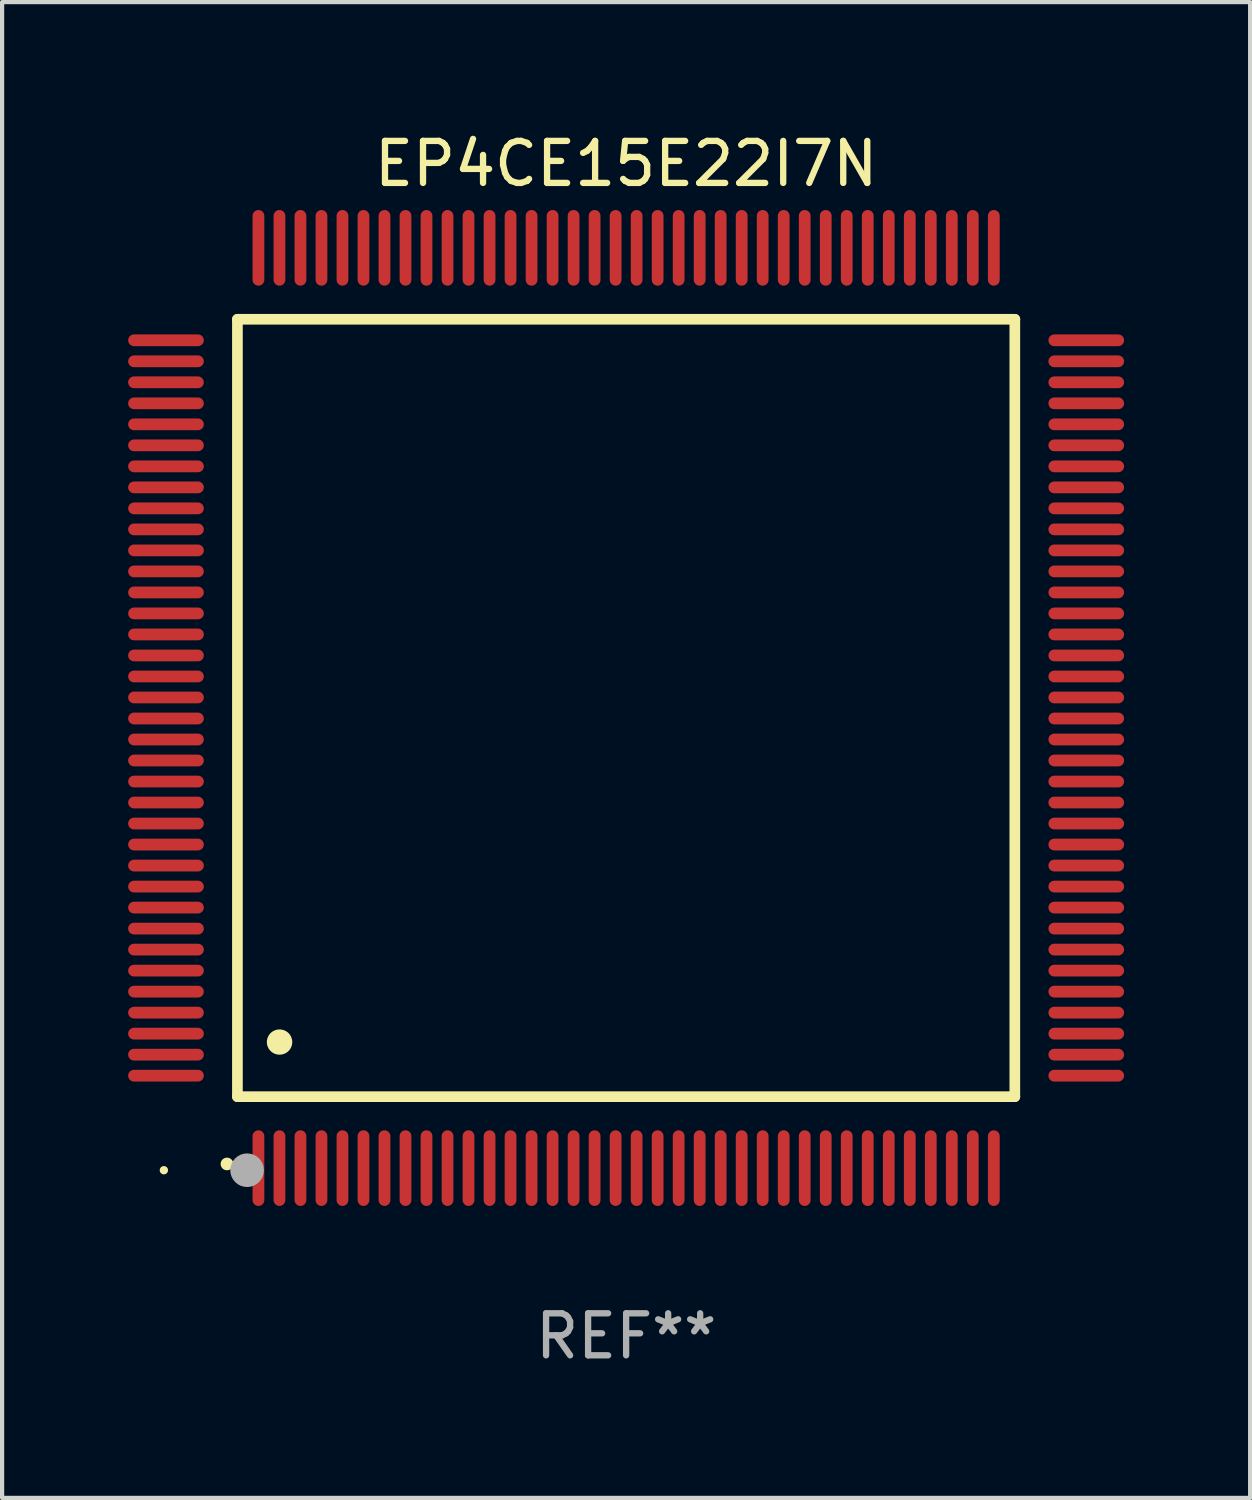
<source format=kicad_pcb>
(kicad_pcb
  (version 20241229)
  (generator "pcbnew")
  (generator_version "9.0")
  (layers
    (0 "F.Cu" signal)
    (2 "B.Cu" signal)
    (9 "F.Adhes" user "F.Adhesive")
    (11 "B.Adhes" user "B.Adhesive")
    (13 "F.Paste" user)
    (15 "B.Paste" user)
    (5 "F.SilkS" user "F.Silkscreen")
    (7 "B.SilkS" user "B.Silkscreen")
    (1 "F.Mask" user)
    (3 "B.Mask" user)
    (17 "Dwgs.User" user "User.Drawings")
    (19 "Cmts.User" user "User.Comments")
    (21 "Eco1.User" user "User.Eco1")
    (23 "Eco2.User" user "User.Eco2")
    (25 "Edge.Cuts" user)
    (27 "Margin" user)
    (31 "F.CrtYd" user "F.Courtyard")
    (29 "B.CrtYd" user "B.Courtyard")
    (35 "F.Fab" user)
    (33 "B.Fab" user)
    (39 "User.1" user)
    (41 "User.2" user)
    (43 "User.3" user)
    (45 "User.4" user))
  (footprint "EP4CE15E22I7N"
    (layer "F.Cu")
    (at 11.85 13.798)
    (property "Reference" "EP4CE15E22I7N" (at 0 -12.95 0) (layer "F.SilkS") (effects (font (size 1 1) (thickness 0.15))))
    (attr through_hole)
    (fp_line (start -9.25 -9.25) (end -9.25 9.25) (stroke (width 0.254) (type solid)) (layer "F.SilkS"))
    (fp_line (start -9.25 9.25) (end 9.25 9.25) (stroke (width 0.254) (type solid)) (layer "F.SilkS"))
    (fp_line (start 9.25 -9.25) (end -9.25 -9.25) (stroke (width 0.254) (type solid)) (layer "F.SilkS"))
    (fp_line (start 9.25 9.25) (end 9.25 -9.25) (stroke (width 0.254) (type solid)) (layer "F.SilkS"))
    (fp_arc (start -9.499619 10.850902) (mid -9.498349 10.850897) (end -9.497079 10.850902) (stroke (width 0.3) (type solid)) (layer "F.SilkS"))
    (fp_arc (start -8.249936 7.950216) (mid -8.247396 7.950205) (end -8.244856 7.950216) (stroke (width 0.6) (type solid)) (layer "F.SilkS"))
    (fp_circle (center -11 11) (end -10.95 11) (stroke (width 0.1) (type solid)) (fill no) (layer "F.SilkS"))
    (fp_circle (center -9.02 11) (end -8.82 11) (stroke (width 0.4) (type solid)) (fill no) (layer "F.Fab"))
    (fp_text user "REF**" (at 0 14.95 0) (layer "F.Fab") (effects (font (size 1 1) (thickness 0.15))))
    (pad "1" smd oval (at -8.75 10.95) (size 0.28 1.8) (layers "F.Cu" "F.Mask" "F.Paste"))
    (pad "2" smd oval (at -8.25 10.95) (size 0.28 1.8) (layers "F.Cu" "F.Mask" "F.Paste"))
    (pad "3" smd oval (at -7.75 10.95) (size 0.28 1.8) (layers "F.Cu" "F.Mask" "F.Paste"))
    (pad "4" smd oval (at -7.25 10.95) (size 0.28 1.8) (layers "F.Cu" "F.Mask" "F.Paste"))
    (pad "5" smd oval (at -6.75 10.95) (size 0.28 1.8) (layers "F.Cu" "F.Mask" "F.Paste"))
    (pad "6" smd oval (at -6.25 10.95) (size 0.28 1.8) (layers "F.Cu" "F.Mask" "F.Paste"))
    (pad "7" smd oval (at -5.75 10.95) (size 0.28 1.8) (layers "F.Cu" "F.Mask" "F.Paste"))
    (pad "8" smd oval (at -5.25 10.95) (size 0.28 1.8) (layers "F.Cu" "F.Mask" "F.Paste"))
    (pad "9" smd oval (at -4.75 10.95) (size 0.28 1.8) (layers "F.Cu" "F.Mask" "F.Paste"))
    (pad "10" smd oval (at -4.25 10.95) (size 0.28 1.8) (layers "F.Cu" "F.Mask" "F.Paste"))
    (pad "11" smd oval (at -3.75 10.95) (size 0.28 1.8) (layers "F.Cu" "F.Mask" "F.Paste"))
    (pad "12" smd oval (at -3.25 10.95) (size 0.28 1.8) (layers "F.Cu" "F.Mask" "F.Paste"))
    (pad "13" smd oval (at -2.75 10.95) (size 0.28 1.8) (layers "F.Cu" "F.Mask" "F.Paste"))
    (pad "14" smd oval (at -2.25 10.95) (size 0.28 1.8) (layers "F.Cu" "F.Mask" "F.Paste"))
    (pad "15" smd oval (at -1.75 10.95) (size 0.28 1.8) (layers "F.Cu" "F.Mask" "F.Paste"))
    (pad "16" smd oval (at -1.25 10.95) (size 0.28 1.8) (layers "F.Cu" "F.Mask" "F.Paste"))
    (pad "17" smd oval (at -0.75 10.95) (size 0.28 1.8) (layers "F.Cu" "F.Mask" "F.Paste"))
    (pad "18" smd oval (at -0.25 10.95) (size 0.28 1.8) (layers "F.Cu" "F.Mask" "F.Paste"))
    (pad "19" smd oval (at 0.25 10.95) (size 0.28 1.8) (layers "F.Cu" "F.Mask" "F.Paste"))
    (pad "20" smd oval (at 0.75 10.95) (size 0.28 1.8) (layers "F.Cu" "F.Mask" "F.Paste"))
    (pad "21" smd oval (at 1.25 10.95) (size 0.28 1.8) (layers "F.Cu" "F.Mask" "F.Paste"))
    (pad "22" smd oval (at 1.75 10.95) (size 0.28 1.8) (layers "F.Cu" "F.Mask" "F.Paste"))
    (pad "23" smd oval (at 2.25 10.95) (size 0.28 1.8) (layers "F.Cu" "F.Mask" "F.Paste"))
    (pad "24" smd oval (at 2.75 10.95) (size 0.28 1.8) (layers "F.Cu" "F.Mask" "F.Paste"))
    (pad "25" smd oval (at 3.25 10.95) (size 0.28 1.8) (layers "F.Cu" "F.Mask" "F.Paste"))
    (pad "26" smd oval (at 3.75 10.95) (size 0.28 1.8) (layers "F.Cu" "F.Mask" "F.Paste"))
    (pad "27" smd oval (at 4.25 10.95) (size 0.28 1.8) (layers "F.Cu" "F.Mask" "F.Paste"))
    (pad "28" smd oval (at 4.75 10.95) (size 0.28 1.8) (layers "F.Cu" "F.Mask" "F.Paste"))
    (pad "29" smd oval (at 5.25 10.95) (size 0.28 1.8) (layers "F.Cu" "F.Mask" "F.Paste"))
    (pad "30" smd oval (at 5.75 10.95) (size 0.28 1.8) (layers "F.Cu" "F.Mask" "F.Paste"))
    (pad "31" smd oval (at 6.25 10.95) (size 0.28 1.8) (layers "F.Cu" "F.Mask" "F.Paste"))
    (pad "32" smd oval (at 6.75 10.95) (size 0.28 1.8) (layers "F.Cu" "F.Mask" "F.Paste"))
    (pad "33" smd oval (at 7.25 10.95) (size 0.28 1.8) (layers "F.Cu" "F.Mask" "F.Paste"))
    (pad "34" smd oval (at 7.75 10.95) (size 0.28 1.8) (layers "F.Cu" "F.Mask" "F.Paste"))
    (pad "35" smd oval (at 8.25 10.95) (size 0.28 1.8) (layers "F.Cu" "F.Mask" "F.Paste"))
    (pad "36" smd oval (at 8.75 10.95) (size 0.28 1.8) (layers "F.Cu" "F.Mask" "F.Paste"))
    (pad "37" smd oval (at 10.95 8.75) (size 1.8 0.28) (layers "F.Cu" "F.Mask" "F.Paste"))
    (pad "38" smd oval (at 10.95 8.25) (size 1.8 0.28) (layers "F.Cu" "F.Mask" "F.Paste"))
    (pad "39" smd oval (at 10.95 7.75) (size 1.8 0.28) (layers "F.Cu" "F.Mask" "F.Paste"))
    (pad "40" smd oval (at 10.95 7.25) (size 1.8 0.28) (layers "F.Cu" "F.Mask" "F.Paste"))
    (pad "41" smd oval (at 10.95 6.75) (size 1.8 0.28) (layers "F.Cu" "F.Mask" "F.Paste"))
    (pad "42" smd oval (at 10.95 6.25) (size 1.8 0.28) (layers "F.Cu" "F.Mask" "F.Paste"))
    (pad "43" smd oval (at 10.95 5.75) (size 1.8 0.28) (layers "F.Cu" "F.Mask" "F.Paste"))
    (pad "44" smd oval (at 10.95 5.25) (size 1.8 0.28) (layers "F.Cu" "F.Mask" "F.Paste"))
    (pad "45" smd oval (at 10.95 4.75) (size 1.8 0.28) (layers "F.Cu" "F.Mask" "F.Paste"))
    (pad "46" smd oval (at 10.95 4.25) (size 1.8 0.28) (layers "F.Cu" "F.Mask" "F.Paste"))
    (pad "47" smd oval (at 10.95 3.75) (size 1.8 0.28) (layers "F.Cu" "F.Mask" "F.Paste"))
    (pad "48" smd oval (at 10.95 3.25) (size 1.8 0.28) (layers "F.Cu" "F.Mask" "F.Paste"))
    (pad "49" smd oval (at 10.95 2.75) (size 1.8 0.28) (layers "F.Cu" "F.Mask" "F.Paste"))
    (pad "50" smd oval (at 10.95 2.25) (size 1.8 0.28) (layers "F.Cu" "F.Mask" "F.Paste"))
    (pad "51" smd oval (at 10.95 1.75) (size 1.8 0.28) (layers "F.Cu" "F.Mask" "F.Paste"))
    (pad "52" smd oval (at 10.95 1.25) (size 1.8 0.28) (layers "F.Cu" "F.Mask" "F.Paste"))
    (pad "53" smd oval (at 10.95 0.75) (size 1.8 0.28) (layers "F.Cu" "F.Mask" "F.Paste"))
    (pad "54" smd oval (at 10.95 0.25) (size 1.8 0.28) (layers "F.Cu" "F.Mask" "F.Paste"))
    (pad "55" smd oval (at 10.95 -0.25) (size 1.8 0.28) (layers "F.Cu" "F.Mask" "F.Paste"))
    (pad "56" smd oval (at 10.95 -0.75) (size 1.8 0.28) (layers "F.Cu" "F.Mask" "F.Paste"))
    (pad "57" smd oval (at 10.95 -1.25) (size 1.8 0.28) (layers "F.Cu" "F.Mask" "F.Paste"))
    (pad "58" smd oval (at 10.95 -1.75) (size 1.8 0.28) (layers "F.Cu" "F.Mask" "F.Paste"))
    (pad "59" smd oval (at 10.95 -2.25) (size 1.8 0.28) (layers "F.Cu" "F.Mask" "F.Paste"))
    (pad "60" smd oval (at 10.95 -2.75) (size 1.8 0.28) (layers "F.Cu" "F.Mask" "F.Paste"))
    (pad "61" smd oval (at 10.95 -3.25) (size 1.8 0.28) (layers "F.Cu" "F.Mask" "F.Paste"))
    (pad "62" smd oval (at 10.95 -3.75) (size 1.8 0.28) (layers "F.Cu" "F.Mask" "F.Paste"))
    (pad "63" smd oval (at 10.95 -4.25) (size 1.8 0.28) (layers "F.Cu" "F.Mask" "F.Paste"))
    (pad "64" smd oval (at 10.95 -4.75) (size 1.8 0.28) (layers "F.Cu" "F.Mask" "F.Paste"))
    (pad "65" smd oval (at 10.95 -5.25) (size 1.8 0.28) (layers "F.Cu" "F.Mask" "F.Paste"))
    (pad "66" smd oval (at 10.95 -5.75) (size 1.8 0.28) (layers "F.Cu" "F.Mask" "F.Paste"))
    (pad "67" smd oval (at 10.95 -6.25) (size 1.8 0.28) (layers "F.Cu" "F.Mask" "F.Paste"))
    (pad "68" smd oval (at 10.95 -6.75) (size 1.8 0.28) (layers "F.Cu" "F.Mask" "F.Paste"))
    (pad "69" smd oval (at 10.95 -7.25) (size 1.8 0.28) (layers "F.Cu" "F.Mask" "F.Paste"))
    (pad "70" smd oval (at 10.95 -7.75) (size 1.8 0.28) (layers "F.Cu" "F.Mask" "F.Paste"))
    (pad "71" smd oval (at 10.95 -8.25) (size 1.8 0.28) (layers "F.Cu" "F.Mask" "F.Paste"))
    (pad "72" smd oval (at 10.95 -8.75) (size 1.8 0.28) (layers "F.Cu" "F.Mask" "F.Paste"))
    (pad "73" smd oval (at 8.75 -10.95) (size 0.28 1.8) (layers "F.Cu" "F.Mask" "F.Paste"))
    (pad "74" smd oval (at 8.25 -10.95) (size 0.28 1.8) (layers "F.Cu" "F.Mask" "F.Paste"))
    (pad "75" smd oval (at 7.75 -10.95) (size 0.28 1.8) (layers "F.Cu" "F.Mask" "F.Paste"))
    (pad "76" smd oval (at 7.25 -10.95) (size 0.28 1.8) (layers "F.Cu" "F.Mask" "F.Paste"))
    (pad "77" smd oval (at 6.75 -10.95) (size 0.28 1.8) (layers "F.Cu" "F.Mask" "F.Paste"))
    (pad "78" smd oval (at 6.25 -10.95) (size 0.28 1.8) (layers "F.Cu" "F.Mask" "F.Paste"))
    (pad "79" smd oval (at 5.75 -10.95) (size 0.28 1.8) (layers "F.Cu" "F.Mask" "F.Paste"))
    (pad "80" smd oval (at 5.25 -10.95) (size 0.28 1.8) (layers "F.Cu" "F.Mask" "F.Paste"))
    (pad "81" smd oval (at 4.75 -10.95) (size 0.28 1.8) (layers "F.Cu" "F.Mask" "F.Paste"))
    (pad "82" smd oval (at 4.25 -10.95) (size 0.28 1.8) (layers "F.Cu" "F.Mask" "F.Paste"))
    (pad "83" smd oval (at 3.75 -10.95) (size 0.28 1.8) (layers "F.Cu" "F.Mask" "F.Paste"))
    (pad "84" smd oval (at 3.25 -10.95) (size 0.28 1.8) (layers "F.Cu" "F.Mask" "F.Paste"))
    (pad "85" smd oval (at 2.75 -10.95) (size 0.28 1.8) (layers "F.Cu" "F.Mask" "F.Paste"))
    (pad "86" smd oval (at 2.25 -10.95) (size 0.28 1.8) (layers "F.Cu" "F.Mask" "F.Paste"))
    (pad "87" smd oval (at 1.75 -10.95) (size 0.28 1.8) (layers "F.Cu" "F.Mask" "F.Paste"))
    (pad "88" smd oval (at 1.25 -10.95) (size 0.28 1.8) (layers "F.Cu" "F.Mask" "F.Paste"))
    (pad "89" smd oval (at 0.75 -10.95) (size 0.28 1.8) (layers "F.Cu" "F.Mask" "F.Paste"))
    (pad "90" smd oval (at 0.25 -10.95) (size 0.28 1.8) (layers "F.Cu" "F.Mask" "F.Paste"))
    (pad "91" smd oval (at -0.25 -10.95) (size 0.28 1.8) (layers "F.Cu" "F.Mask" "F.Paste"))
    (pad "92" smd oval (at -0.75 -10.95) (size 0.28 1.8) (layers "F.Cu" "F.Mask" "F.Paste"))
    (pad "93" smd oval (at -1.25 -10.95) (size 0.28 1.8) (layers "F.Cu" "F.Mask" "F.Paste"))
    (pad "94" smd oval (at -1.75 -10.95) (size 0.28 1.8) (layers "F.Cu" "F.Mask" "F.Paste"))
    (pad "95" smd oval (at -2.25 -10.95) (size 0.28 1.8) (layers "F.Cu" "F.Mask" "F.Paste"))
    (pad "96" smd oval (at -2.75 -10.95) (size 0.28 1.8) (layers "F.Cu" "F.Mask" "F.Paste"))
    (pad "97" smd oval (at -3.25 -10.95) (size 0.28 1.8) (layers "F.Cu" "F.Mask" "F.Paste"))
    (pad "98" smd oval (at -3.75 -10.95) (size 0.28 1.8) (layers "F.Cu" "F.Mask" "F.Paste"))
    (pad "99" smd oval (at -4.25 -10.95) (size 0.28 1.8) (layers "F.Cu" "F.Mask" "F.Paste"))
    (pad "100" smd oval (at -4.75 -10.95) (size 0.28 1.8) (layers "F.Cu" "F.Mask" "F.Paste"))
    (pad "101" smd oval (at -5.25 -10.95) (size 0.28 1.8) (layers "F.Cu" "F.Mask" "F.Paste"))
    (pad "102" smd oval (at -5.75 -10.95) (size 0.28 1.8) (layers "F.Cu" "F.Mask" "F.Paste"))
    (pad "103" smd oval (at -6.25 -10.95) (size 0.28 1.8) (layers "F.Cu" "F.Mask" "F.Paste"))
    (pad "104" smd oval (at -6.75 -10.95) (size 0.28 1.8) (layers "F.Cu" "F.Mask" "F.Paste"))
    (pad "105" smd oval (at -7.25 -10.95) (size 0.28 1.8) (layers "F.Cu" "F.Mask" "F.Paste"))
    (pad "106" smd oval (at -7.75 -10.95) (size 0.28 1.8) (layers "F.Cu" "F.Mask" "F.Paste"))
    (pad "107" smd oval (at -8.25 -10.95) (size 0.28 1.8) (layers "F.Cu" "F.Mask" "F.Paste"))
    (pad "108" smd oval (at -8.75 -10.95) (size 0.28 1.8) (layers "F.Cu" "F.Mask" "F.Paste"))
    (pad "109" smd oval (at -10.95 -8.75) (size 1.8 0.28) (layers "F.Cu" "F.Mask" "F.Paste"))
    (pad "110" smd oval (at -10.95 -8.25) (size 1.8 0.28) (layers "F.Cu" "F.Mask" "F.Paste"))
    (pad "111" smd oval (at -10.95 -7.75) (size 1.8 0.28) (layers "F.Cu" "F.Mask" "F.Paste"))
    (pad "112" smd oval (at -10.95 -7.25) (size 1.8 0.28) (layers "F.Cu" "F.Mask" "F.Paste"))
    (pad "113" smd oval (at -10.95 -6.75) (size 1.8 0.28) (layers "F.Cu" "F.Mask" "F.Paste"))
    (pad "114" smd oval (at -10.95 -6.25) (size 1.8 0.28) (layers "F.Cu" "F.Mask" "F.Paste"))
    (pad "115" smd oval (at -10.95 -5.75) (size 1.8 0.28) (layers "F.Cu" "F.Mask" "F.Paste"))
    (pad "116" smd oval (at -10.95 -5.25) (size 1.8 0.28) (layers "F.Cu" "F.Mask" "F.Paste"))
    (pad "117" smd oval (at -10.95 -4.75) (size 1.8 0.28) (layers "F.Cu" "F.Mask" "F.Paste"))
    (pad "118" smd oval (at -10.95 -4.25) (size 1.8 0.28) (layers "F.Cu" "F.Mask" "F.Paste"))
    (pad "119" smd oval (at -10.95 -3.75) (size 1.8 0.28) (layers "F.Cu" "F.Mask" "F.Paste"))
    (pad "120" smd oval (at -10.95 -3.25) (size 1.8 0.28) (layers "F.Cu" "F.Mask" "F.Paste"))
    (pad "121" smd oval (at -10.95 -2.75) (size 1.8 0.28) (layers "F.Cu" "F.Mask" "F.Paste"))
    (pad "122" smd oval (at -10.95 -2.25) (size 1.8 0.28) (layers "F.Cu" "F.Mask" "F.Paste"))
    (pad "123" smd oval (at -10.95 -1.75) (size 1.8 0.28) (layers "F.Cu" "F.Mask" "F.Paste"))
    (pad "124" smd oval (at -10.95 -1.25) (size 1.8 0.28) (layers "F.Cu" "F.Mask" "F.Paste"))
    (pad "125" smd oval (at -10.95 -0.75) (size 1.8 0.28) (layers "F.Cu" "F.Mask" "F.Paste"))
    (pad "126" smd oval (at -10.95 -0.25) (size 1.8 0.28) (layers "F.Cu" "F.Mask" "F.Paste"))
    (pad "127" smd oval (at -10.95 0.25) (size 1.8 0.28) (layers "F.Cu" "F.Mask" "F.Paste"))
    (pad "128" smd oval (at -10.95 0.75) (size 1.8 0.28) (layers "F.Cu" "F.Mask" "F.Paste"))
    (pad "129" smd oval (at -10.95 1.25) (size 1.8 0.28) (layers "F.Cu" "F.Mask" "F.Paste"))
    (pad "130" smd oval (at -10.95 1.75) (size 1.8 0.28) (layers "F.Cu" "F.Mask" "F.Paste"))
    (pad "131" smd oval (at -10.95 2.25) (size 1.8 0.28) (layers "F.Cu" "F.Mask" "F.Paste"))
    (pad "132" smd oval (at -10.95 2.75) (size 1.8 0.28) (layers "F.Cu" "F.Mask" "F.Paste"))
    (pad "133" smd oval (at -10.95 3.25) (size 1.8 0.28) (layers "F.Cu" "F.Mask" "F.Paste"))
    (pad "134" smd oval (at -10.95 3.75) (size 1.8 0.28) (layers "F.Cu" "F.Mask" "F.Paste"))
    (pad "135" smd oval (at -10.95 4.25) (size 1.8 0.28) (layers "F.Cu" "F.Mask" "F.Paste"))
    (pad "136" smd oval (at -10.95 4.75) (size 1.8 0.28) (layers "F.Cu" "F.Mask" "F.Paste"))
    (pad "137" smd oval (at -10.95 5.25) (size 1.8 0.28) (layers "F.Cu" "F.Mask" "F.Paste"))
    (pad "138" smd oval (at -10.95 5.75) (size 1.8 0.28) (layers "F.Cu" "F.Mask" "F.Paste"))
    (pad "139" smd oval (at -10.95 6.25) (size 1.8 0.28) (layers "F.Cu" "F.Mask" "F.Paste"))
    (pad "140" smd oval (at -10.95 6.75) (size 1.8 0.28) (layers "F.Cu" "F.Mask" "F.Paste"))
    (pad "141" smd oval (at -10.95 7.25) (size 1.8 0.28) (layers "F.Cu" "F.Mask" "F.Paste"))
    (pad "142" smd oval (at -10.95 7.75) (size 1.8 0.28) (layers "F.Cu" "F.Mask" "F.Paste"))
    (pad "143" smd oval (at -10.95 8.25) (size 1.8 0.28) (layers "F.Cu" "F.Mask" "F.Paste"))
    (pad "144" smd oval (at -10.95 8.75) (size 1.8 0.28) (layers "F.Cu" "F.Mask" "F.Paste")))
  (gr_rect
    (start -3 -3)
    (end 26.7 32.596)
    (stroke (width 0.1) (type default))
    (fill no)
    (layer "Edge.Cuts")))
</source>
